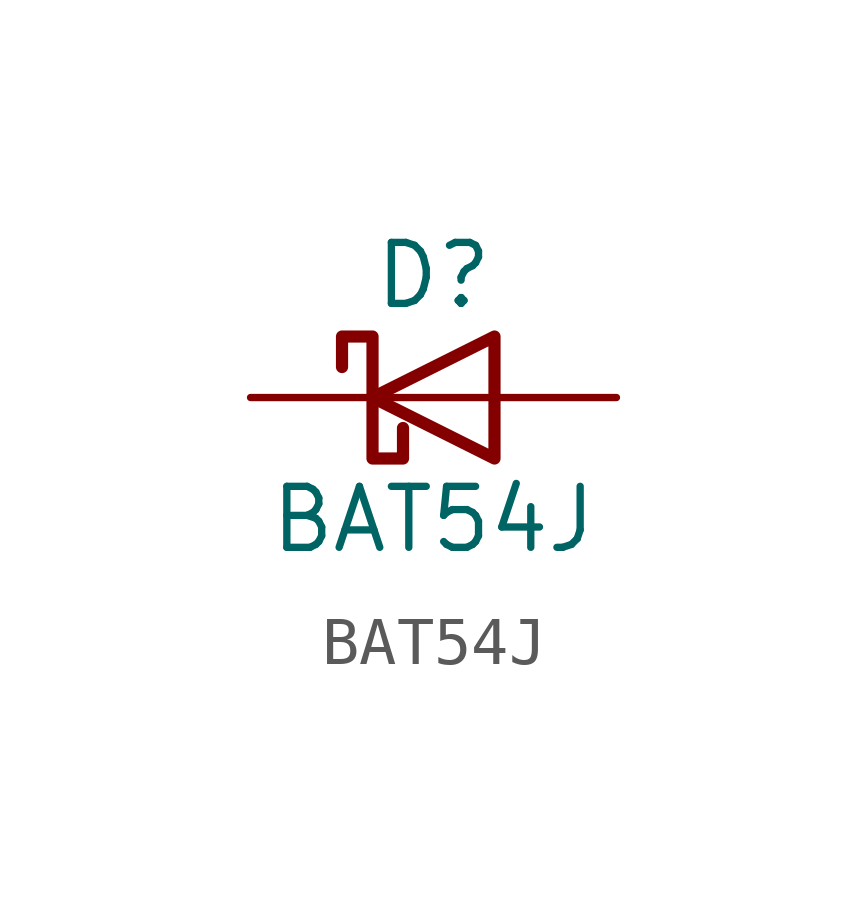
<source format=kicad_sym>
(kicad_symbol_lib
  (version 20220914)
  (generator kicad_db_lib)
  (symbol "BAT54J"
    (pin_numbers hide)
    (pin_names
      (offset 1.016) hide)
    (property "Reference" "D"
      (at 0 2.54 0)
      (effects (font (size 1.27 1.27))))
    (property "Value" "BAT54J"
      (at 0 -2.54 0)
      (effects (font (size 1.27 1.27))))
    (symbol "BAT54J_0_1"
      (polyline (pts (xy 1.27 0) (xy -1.27 0)) (stroke (width 0) (type default)) (fill (type none)))
      (polyline (pts (xy 1.27 1.27) (xy 1.27 -1.27) (xy -1.27 0) (xy 1.27 1.27)) (stroke (width 0.254) (type default)) (fill (type none)))
      (polyline (pts (xy -1.905 0.635) (xy -1.905 1.27) (xy -1.27 1.27) (xy -1.27 -1.27) (xy -0.635 -1.27) (xy -0.635 -0.635)) (stroke (width 0.254) (type default)) (fill (type none))))
    (symbol "BAT54J_1_1"
      (pin passive line (at -3.81 0 0) (length 2.54) (name "K" (effects (font (size 1.27 1.27)))) (number "1" (effects (font (size 1.27 1.27)))))
      (pin passive line (at 3.81 0 180) (length 2.54) (name "A" (effects (font (size 1.27 1.27)))) (number "2" (effects (font (size 1.27 1.27))))))))
</source>
